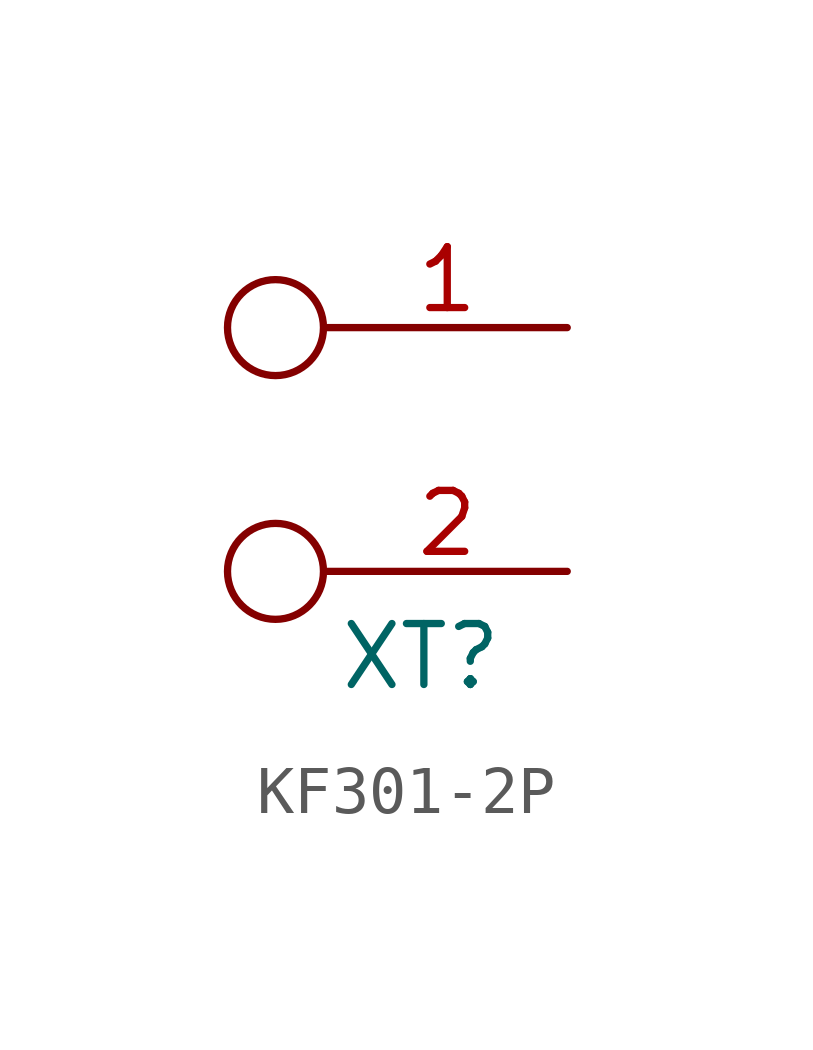
<source format=kicad_sym>
(kicad_symbol_lib
  (version 20231120)
  (generator "kicad_symbol_editor")
  (generator_version "8.0")
  (symbol "KF301-2P"
    (property "Reference" "XT"
      (at 2.032 -6.858 0)
      (effects (font (size 1.27 1.27))))
    (property "Value" ""
      (at 0 0 0)
      (effects (font (size 1.27 1.27))))
    (symbol "KF301-2P_0_1"
      (circle (center -1 -5.08) (radius 1) (stroke (width 0) (type default)) (fill (type none)))
      (circle (center -1 0) (radius 1) (stroke (width 0) (type default)) (fill (type none))))
    (symbol "KF301-2P_1_1"
      (pin input line (at 5.08 0 180) (length 5) (name "" (effects (font (size 1.27 1.27)))) (number "1" (effects (font (size 1.27 1.27)))))
      (pin input line (at 5.08 -5.08 180) (length 5) (name "" (effects (font (size 1.27 1.27)))) (number "2" (effects (font (size 1.27 1.27))))))))
</source>
